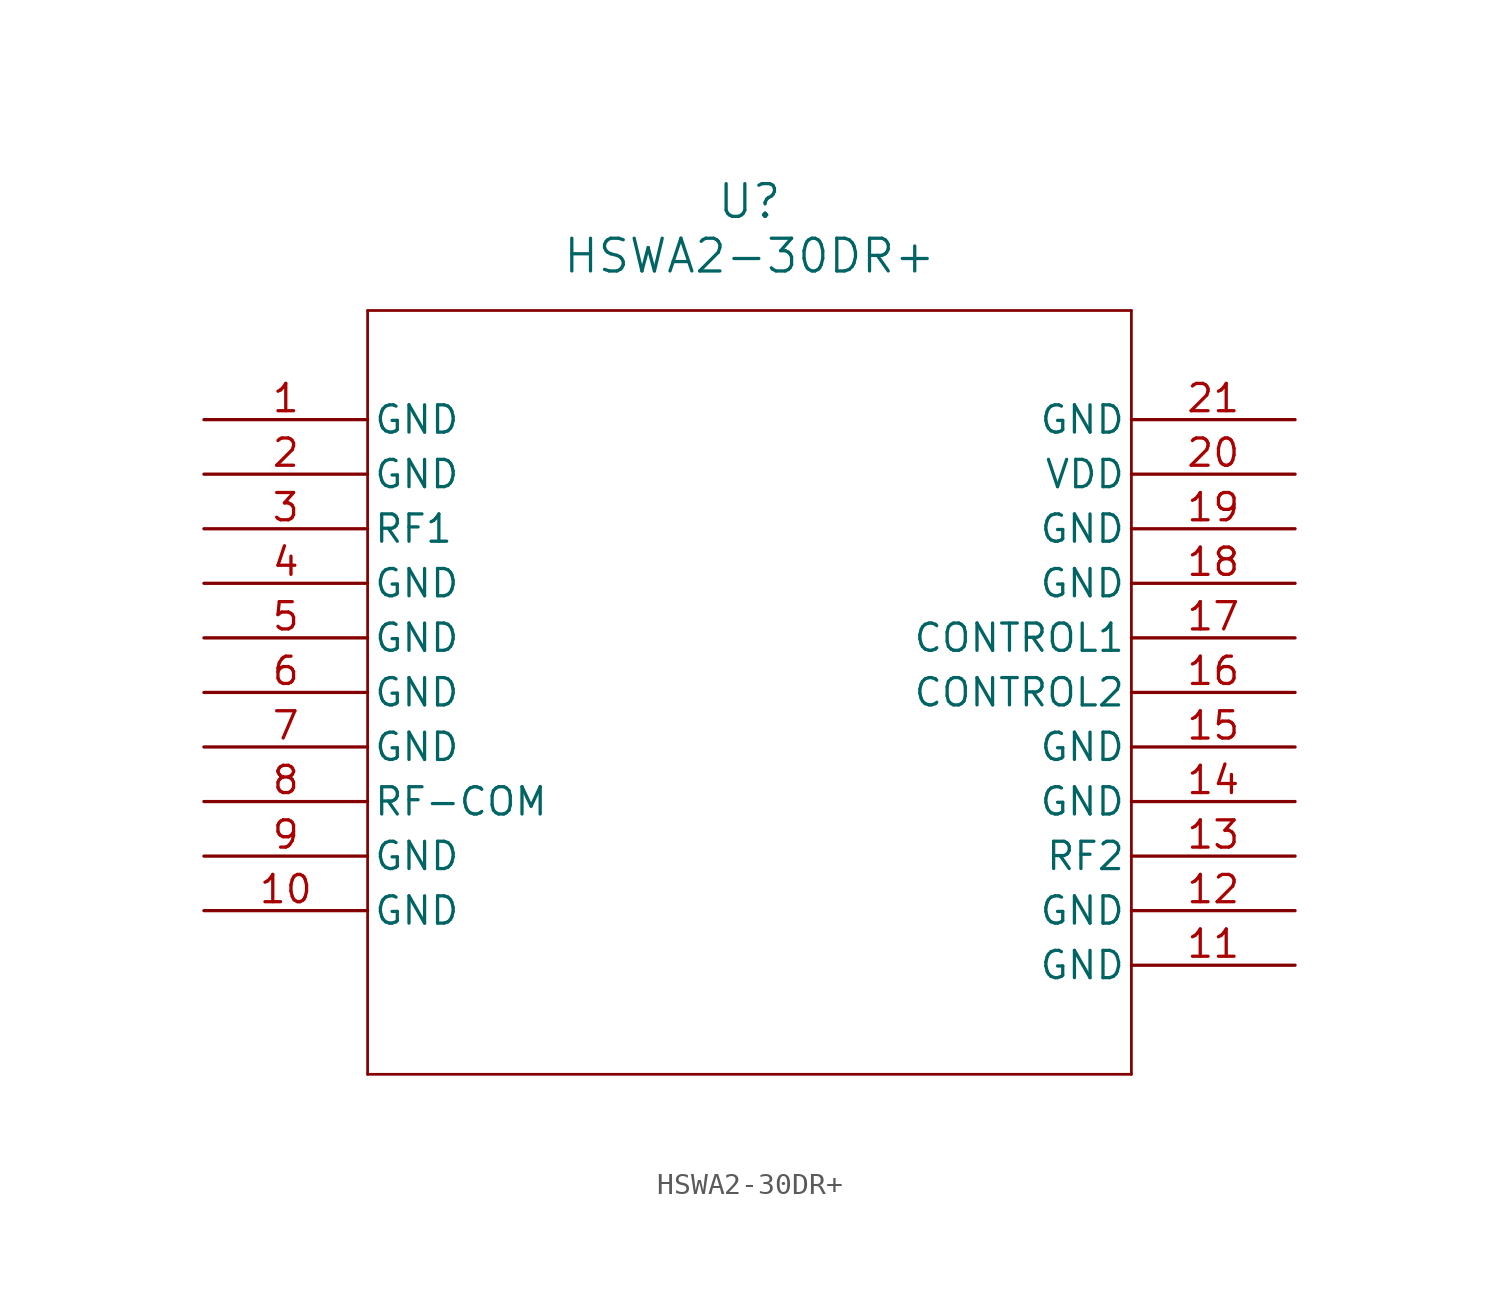
<source format=kicad_sym>
(kicad_symbol_lib
  (version 20211014)
  (generator kicad_symbol_editor)
  (symbol "HSWA2-30DR+"
    (pin_names
      (offset 0.254))
    (property "Reference" "U"
      (at 25.4 10.16 0)
      (effects (font (size 1.524 1.524))))
    (property "Value" "HSWA2-30DR+"
      (at 25.4 7.62 0)
      (effects (font (size 1.524 1.524))))
    (symbol "HSWA2-30DR+_0_1"
      (polyline (pts (xy 7.62 5.08) (xy 7.62 -30.48)) (stroke (width 0.127) (type default) (color 0 0 0 0)) (fill (type none)))
      (polyline (pts (xy 7.62 -30.48) (xy 43.18 -30.48)) (stroke (width 0.127) (type default) (color 0 0 0 0)) (fill (type none)))
      (polyline (pts (xy 43.18 -30.48) (xy 43.18 5.08)) (stroke (width 0.127) (type default) (color 0 0 0 0)) (fill (type none)))
      (polyline (pts (xy 43.18 5.08) (xy 7.62 5.08)) (stroke (width 0.127) (type default) (color 0 0 0 0)) (fill (type none)))
      (pin power_out line (at 0 0 0) (length 7.62) (name "GND" (effects (font (size 1.27 1.27)))) (number "1" (effects (font (size 1.27 1.27)))))
      (pin power_out line (at 0 -2.54 0) (length 7.62) (name "GND" (effects (font (size 1.27 1.27)))) (number "2" (effects (font (size 1.27 1.27)))))
      (pin bidirectional line (at 0 -5.08 0) (length 7.62) (name "RF1" (effects (font (size 1.27 1.27)))) (number "3" (effects (font (size 1.27 1.27)))))
      (pin power_out line (at 0 -7.62 0) (length 7.62) (name "GND" (effects (font (size 1.27 1.27)))) (number "4" (effects (font (size 1.27 1.27)))))
      (pin power_out line (at 0 -10.16 0) (length 7.62) (name "GND" (effects (font (size 1.27 1.27)))) (number "5" (effects (font (size 1.27 1.27)))))
      (pin power_out line (at 0 -12.7 0) (length 7.62) (name "GND" (effects (font (size 1.27 1.27)))) (number "6" (effects (font (size 1.27 1.27)))))
      (pin power_out line (at 0 -15.24 0) (length 7.62) (name "GND" (effects (font (size 1.27 1.27)))) (number "7" (effects (font (size 1.27 1.27)))))
      (pin bidirectional line (at 0 -17.78 0) (length 7.62) (name "RF-COM" (effects (font (size 1.27 1.27)))) (number "8" (effects (font (size 1.27 1.27)))))
      (pin power_out line (at 0 -20.32 0) (length 7.62) (name "GND" (effects (font (size 1.27 1.27)))) (number "9" (effects (font (size 1.27 1.27)))))
      (pin power_out line (at 0 -22.86 0) (length 7.62) (name "GND" (effects (font (size 1.27 1.27)))) (number "10" (effects (font (size 1.27 1.27)))))
      (pin power_out line (at 50.8 -25.4 180) (length 7.62) (name "GND" (effects (font (size 1.27 1.27)))) (number "11" (effects (font (size 1.27 1.27)))))
      (pin power_out line (at 50.8 -22.86 180) (length 7.62) (name "GND" (effects (font (size 1.27 1.27)))) (number "12" (effects (font (size 1.27 1.27)))))
      (pin bidirectional line (at 50.8 -20.32 180) (length 7.62) (name "RF2" (effects (font (size 1.27 1.27)))) (number "13" (effects (font (size 1.27 1.27)))))
      (pin power_out line (at 50.8 -17.78 180) (length 7.62) (name "GND" (effects (font (size 1.27 1.27)))) (number "14" (effects (font (size 1.27 1.27)))))
      (pin power_out line (at 50.8 -15.24 180) (length 7.62) (name "GND" (effects (font (size 1.27 1.27)))) (number "15" (effects (font (size 1.27 1.27)))))
      (pin bidirectional line (at 50.8 -12.7 180) (length 7.62) (name "CONTROL2" (effects (font (size 1.27 1.27)))) (number "16" (effects (font (size 1.27 1.27)))))
      (pin bidirectional line (at 50.8 -10.16 180) (length 7.62) (name "CONTROL1" (effects (font (size 1.27 1.27)))) (number "17" (effects (font (size 1.27 1.27)))))
      (pin power_out line (at 50.8 -7.62 180) (length 7.62) (name "GND" (effects (font (size 1.27 1.27)))) (number "18" (effects (font (size 1.27 1.27)))))
      (pin power_out line (at 50.8 -5.08 180) (length 7.62) (name "GND" (effects (font (size 1.27 1.27)))) (number "19" (effects (font (size 1.27 1.27)))))
      (pin power_in line (at 50.8 -2.54 180) (length 7.62) (name "VDD" (effects (font (size 1.27 1.27)))) (number "20" (effects (font (size 1.27 1.27)))))
      (pin power_out line (at 50.8 0 180) (length 7.62) (name "GND" (effects (font (size 1.27 1.27)))) (number "21" (effects (font (size 1.27 1.27))))))))
</source>
